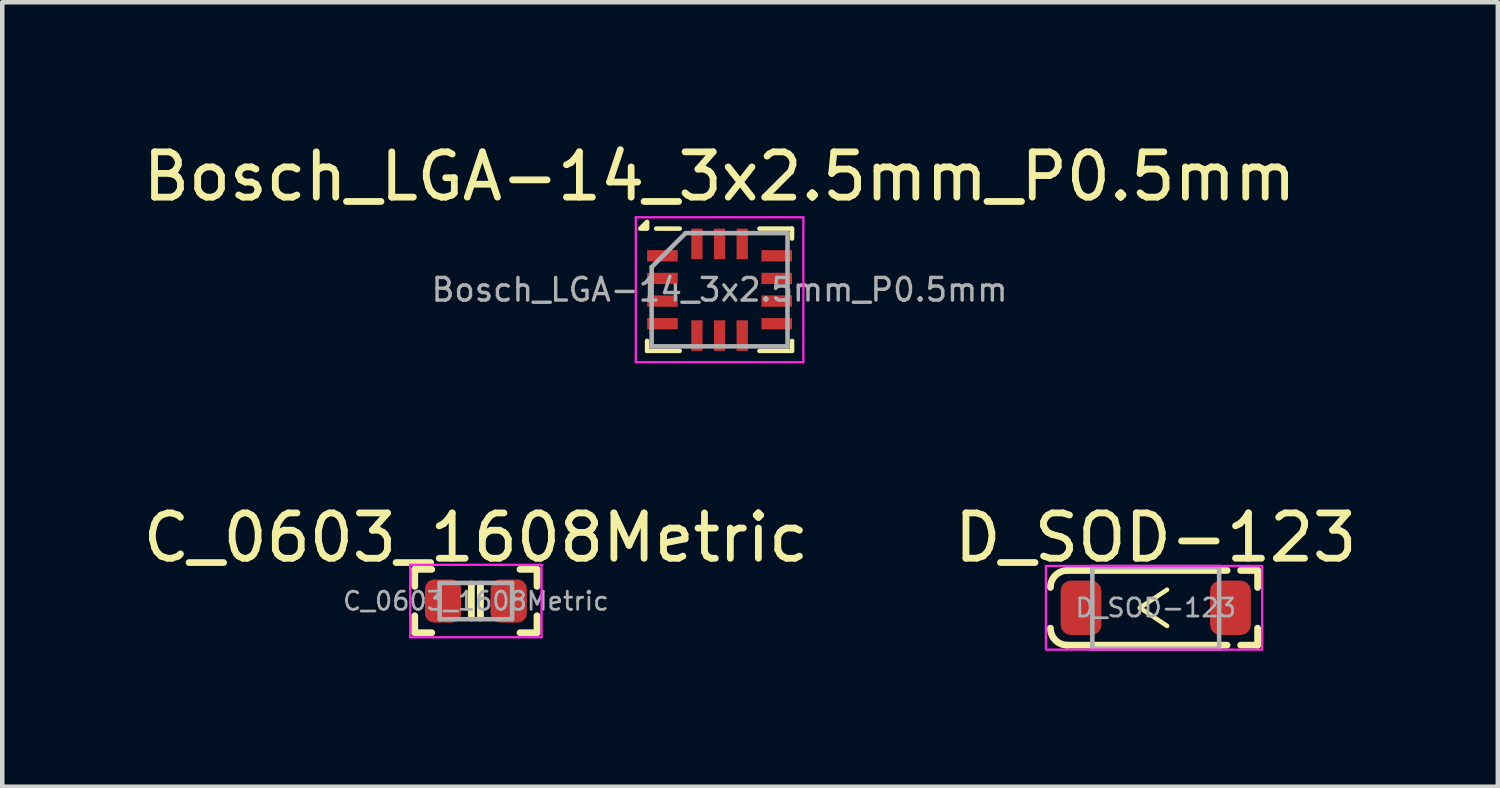
<source format=kicad_pcb>
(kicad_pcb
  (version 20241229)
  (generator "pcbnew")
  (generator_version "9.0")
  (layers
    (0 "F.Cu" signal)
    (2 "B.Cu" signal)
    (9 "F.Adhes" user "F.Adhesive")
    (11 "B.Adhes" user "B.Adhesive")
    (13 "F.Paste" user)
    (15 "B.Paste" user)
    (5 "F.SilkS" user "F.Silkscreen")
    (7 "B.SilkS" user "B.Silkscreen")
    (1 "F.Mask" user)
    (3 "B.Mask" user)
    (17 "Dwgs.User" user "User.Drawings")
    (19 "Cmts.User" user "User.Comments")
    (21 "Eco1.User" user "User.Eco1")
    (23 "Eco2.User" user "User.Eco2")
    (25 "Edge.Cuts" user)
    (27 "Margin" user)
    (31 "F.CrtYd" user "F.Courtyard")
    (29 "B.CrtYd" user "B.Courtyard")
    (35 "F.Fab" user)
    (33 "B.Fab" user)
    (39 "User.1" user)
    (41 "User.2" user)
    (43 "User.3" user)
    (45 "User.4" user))
  (footprint "Bosch_LGA-14_3x2.5mm_P0.5mm"
    (layer "F.Cu")
    (at 12.839 3.348)
    (property "Reference" "Bosch_LGA-14_3x2.5mm_P0.5mm" (at 0 -2.5 0) (layer "F.SilkS") (effects (font (size 1 1) (thickness 0.15))))
    (attr smd)
    (fp_line (start -1.6 1.35) (end -1.6 1.13) (stroke (width 0.1) (type solid)) (layer "F.SilkS"))
    (fp_line (start -1.6 1.35) (end -0.88 1.35) (stroke (width 0.1) (type solid)) (layer "F.SilkS"))
    (fp_line (start -1.4 -1.35) (end -0.88 -1.35) (stroke (width 0.1) (type solid)) (layer "F.SilkS"))
    (fp_line (start 0.88 -1.35) (end 1.6 -1.35) (stroke (width 0.1) (type solid)) (layer "F.SilkS"))
    (fp_line (start 1.6 -1.35) (end 1.6 -1.13) (stroke (width 0.1) (type solid)) (layer "F.SilkS"))
    (fp_line (start 1.6 1.13) (end 1.6 1.35) (stroke (width 0.1) (type solid)) (layer "F.SilkS"))
    (fp_line (start 1.6 1.35) (end 0.88 1.35) (stroke (width 0.1) (type solid)) (layer "F.SilkS"))
    (fp_poly (pts (xy -1.6 -1.35) (xy -1.75 -1.35) (xy -1.6 -1.5) (xy -1.6 -1.35)) (stroke (width 0.1) (type solid)) (fill yes) (layer "F.SilkS"))
    (fp_line (start -1.85 -1.6) (end 1.85 -1.6) (stroke (width 0.05) (type solid)) (layer "F.CrtYd"))
    (fp_line (start -1.85 1.6) (end -1.85 -1.6) (stroke (width 0.05) (type solid)) (layer "F.CrtYd"))
    (fp_line (start 1.85 -1.6) (end 1.85 1.6) (stroke (width 0.05) (type solid)) (layer "F.CrtYd"))
    (fp_line (start 1.85 1.6) (end -1.85 1.6) (stroke (width 0.05) (type solid)) (layer "F.CrtYd"))
    (fp_line (start -1.5 1.25) (end -1.5 -0.5) (stroke (width 0.1) (type solid)) (layer "F.Fab"))
    (fp_line (start -0.75 -1.25) (end -1.5 -0.5) (stroke (width 0.1) (type solid)) (layer "F.Fab"))
    (fp_line (start -0.75 -1.25) (end 1.5 -1.25) (stroke (width 0.1) (type solid)) (layer "F.Fab"))
    (fp_line (start 1.5 -1.25) (end 1.5 1.25) (stroke (width 0.1) (type solid)) (layer "F.Fab"))
    (fp_line (start 1.5 1.25) (end -1.5 1.25) (stroke (width 0.1) (type solid)) (layer "F.Fab"))
    (fp_text user "${REFERENCE}" (at 0 0 0) (layer "F.Fab") (effects (font (size 0.5 0.5) (thickness 0.075))))
    (pad "1" smd rect (at -1.262 -0.75) (size 0.675 0.25) (layers "F.Cu" "F.Mask" "F.Paste"))
    (pad "2" smd rect (at -1.262 -0.25) (size 0.675 0.25) (layers "F.Cu" "F.Mask" "F.Paste"))
    (pad "3" smd rect (at -1.262 0.25) (size 0.675 0.25) (layers "F.Cu" "F.Mask" "F.Paste"))
    (pad "4" smd rect (at -1.262 0.75) (size 0.675 0.25) (layers "F.Cu" "F.Mask" "F.Paste"))
    (pad "5" smd rect (at -0.5 1.012) (size 0.25 0.675) (layers "F.Cu" "F.Mask" "F.Paste"))
    (pad "6" smd rect (at 0 1.012) (size 0.25 0.675) (layers "F.Cu" "F.Mask" "F.Paste"))
    (pad "7" smd rect (at 0.5 1.012) (size 0.25 0.675) (layers "F.Cu" "F.Mask" "F.Paste"))
    (pad "8" smd rect (at 1.262 0.75) (size 0.675 0.25) (layers "F.Cu" "F.Mask" "F.Paste"))
    (pad "9" smd rect (at 1.262 0.25) (size 0.675 0.25) (layers "F.Cu" "F.Mask" "F.Paste"))
    (pad "10" smd rect (at 1.262 -0.25) (size 0.675 0.25) (layers "F.Cu" "F.Mask" "F.Paste"))
    (pad "11" smd rect (at 1.262 -0.75) (size 0.675 0.25) (layers "F.Cu" "F.Mask" "F.Paste"))
    (pad "12" smd rect (at 0.5 -1.012) (size 0.25 0.675) (layers "F.Cu" "F.Mask" "F.Paste"))
    (pad "13" smd rect (at 0 -1.012) (size 0.25 0.675) (layers "F.Cu" "F.Mask" "F.Paste"))
    (pad "14" smd rect (at -0.5 -1.012) (size 0.25 0.675) (layers "F.Cu" "F.Mask" "F.Paste")))
  (footprint "D_SOD-123"
    (layer "F.Cu")
    (at 22.47 10.371)
    (property "Reference" "D_SOD-123" (at 0 -1.55 180) (layer "F.SilkS") (effects (font (size 1 1) (thickness 0.15))))
    (attr smd)
    (fp_line (start -1.95 -0.825) (end 1.575 -0.825) (stroke (width 0.15) (type default)) (layer "F.SilkS"))
    (fp_line (start -1.95 0.825) (end 1.575 0.825) (stroke (width 0.15) (type default)) (layer "F.SilkS"))
    (fp_line (start -0.35 0) (end 0.25 -0.4) (stroke (width 0.1) (type solid)) (layer "F.SilkS"))
    (fp_line (start 0.25 0.4) (end -0.35 0) (stroke (width 0.1) (type solid)) (layer "F.SilkS"))
    (fp_line (start 1.875 -0.825) (end 2.25 -0.825) (stroke (width 0.15) (type default)) (layer "F.SilkS"))
    (fp_line (start 2.25 -0.825) (end 2.25 -0.45) (stroke (width 0.15) (type default)) (layer "F.SilkS"))
    (fp_line (start 2.25 0.45) (end 2.25 0.825) (stroke (width 0.15) (type default)) (layer "F.SilkS"))
    (fp_line (start 2.25 0.825) (end 1.875 0.825) (stroke (width 0.15) (type default)) (layer "F.SilkS"))
    (fp_arc (start -2.325 -0.45) (mid -2.215165 -0.715165) (end -1.95 -0.825) (stroke (width 0.15) (type default)) (layer "F.SilkS"))
    (fp_arc (start -1.95 0.825) (mid -2.215165 0.715165) (end -2.325 0.45) (stroke (width 0.15) (type default)) (layer "F.SilkS"))
    (fp_rect (start -2.425 -0.925) (end 2.35 0.925) (stroke (width 0.05) (type default)) (fill no) (layer "F.CrtYd"))
    (fp_line (start -1.4 -0.9) (end 1.4 -0.9) (stroke (width 0.1) (type solid)) (layer "F.Fab"))
    (fp_line (start -1.4 0.9) (end -1.4 -0.9) (stroke (width 0.1) (type solid)) (layer "F.Fab"))
    (fp_line (start 1.4 -0.9) (end 1.4 0.9) (stroke (width 0.1) (type solid)) (layer "F.Fab"))
    (fp_line (start 1.4 0.9) (end -1.4 0.9) (stroke (width 0.1) (type solid)) (layer "F.Fab"))
    (fp_text user "${REFERENCE}" (at 0 0 180) (layer "F.Fab") (effects (font (size 0.4 0.4) (thickness 0.06))))
    (pad "1" smd roundrect (at -1.65 0) (size 0.9 1.2) (layers "F.Cu" "F.Mask" "F.Paste") (roundrect_rratio 0.25))
    (pad "2" smd roundrect (at 1.65 0) (size 0.9 1.2) (layers "F.Cu" "F.Mask" "F.Paste") (roundrect_rratio 0.25)))
  (footprint "C_0603_1608Metric"
    (layer "F.Cu")
    (at 7.458 10.222)
    (property "Reference" "C_0603_1608Metric" (at 0 -1.4 180) (layer "F.SilkS") (effects (font (size 1 1) (thickness 0.15))))
    (attr smd)
    (fp_line (start -1.35 -0.7) (end -0.975 -0.7) (stroke (width 0.15) (type default)) (layer "F.SilkS"))
    (fp_line (start -1.35 -0.325) (end -1.35 -0.7) (stroke (width 0.15) (type default)) (layer "F.SilkS"))
    (fp_line (start -1.35 0.7) (end -1.35 0.325) (stroke (width 0.15) (type default)) (layer "F.SilkS"))
    (fp_line (start -0.975 0.7) (end -1.35 0.7) (stroke (width 0.15) (type default)) (layer "F.SilkS"))
    (fp_line (start -0.1 -0.375) (end -0.1 0.375) (stroke (width 0.15) (type default)) (layer "F.SilkS"))
    (fp_line (start 0.1 -0.375) (end 0.1 0.375) (stroke (width 0.15) (type default)) (layer "F.SilkS"))
    (fp_line (start 0.975 -0.7) (end 1.35 -0.7) (stroke (width 0.15) (type default)) (layer "F.SilkS"))
    (fp_line (start 1.35 -0.7) (end 1.35 -0.325) (stroke (width 0.15) (type default)) (layer "F.SilkS"))
    (fp_line (start 1.35 0.325) (end 1.35 0.7) (stroke (width 0.15) (type default)) (layer "F.SilkS"))
    (fp_line (start 1.35 0.7) (end 0.975 0.7) (stroke (width 0.15) (type default)) (layer "F.SilkS"))
    (fp_line (start -1.45 -0.8) (end 1.45 -0.8) (stroke (width 0.05) (type solid)) (layer "F.CrtYd"))
    (fp_line (start -1.45 0.8) (end -1.45 -0.8) (stroke (width 0.05) (type solid)) (layer "F.CrtYd"))
    (fp_line (start 1.45 -0.8) (end 1.45 0.8) (stroke (width 0.05) (type solid)) (layer "F.CrtYd"))
    (fp_line (start 1.45 0.8) (end -1.45 0.8) (stroke (width 0.05) (type solid)) (layer "F.CrtYd"))
    (fp_line (start -0.8 -0.4) (end 0.8 -0.4) (stroke (width 0.1) (type solid)) (layer "F.Fab"))
    (fp_line (start -0.8 0.4) (end -0.8 -0.4) (stroke (width 0.1) (type solid)) (layer "F.Fab"))
    (fp_line (start 0.8 -0.4) (end 0.8 0.4) (stroke (width 0.1) (type solid)) (layer "F.Fab"))
    (fp_line (start 0.8 0.4) (end -0.8 0.4) (stroke (width 0.1) (type solid)) (layer "F.Fab"))
    (fp_text user "${REFERENCE}" (at 0 0 180) (layer "F.Fab") (effects (font (size 0.4 0.4) (thickness 0.06))))
    (pad "1" smd roundrect (at -0.725 0) (size 0.8 0.95) (layers "F.Cu" "F.Mask" "F.Paste") (roundrect_rratio 0.25))
    (pad "2" smd roundrect (at 0.725 0) (size 0.8 0.95) (layers "F.Cu" "F.Mask" "F.Paste") (roundrect_rratio 0.25)))
  (gr_rect
    (start -3 -3)
    (end 30.024 14.322)
    (stroke (width 0.1) (type default))
    (fill no)
    (layer "Edge.Cuts")))
</source>
